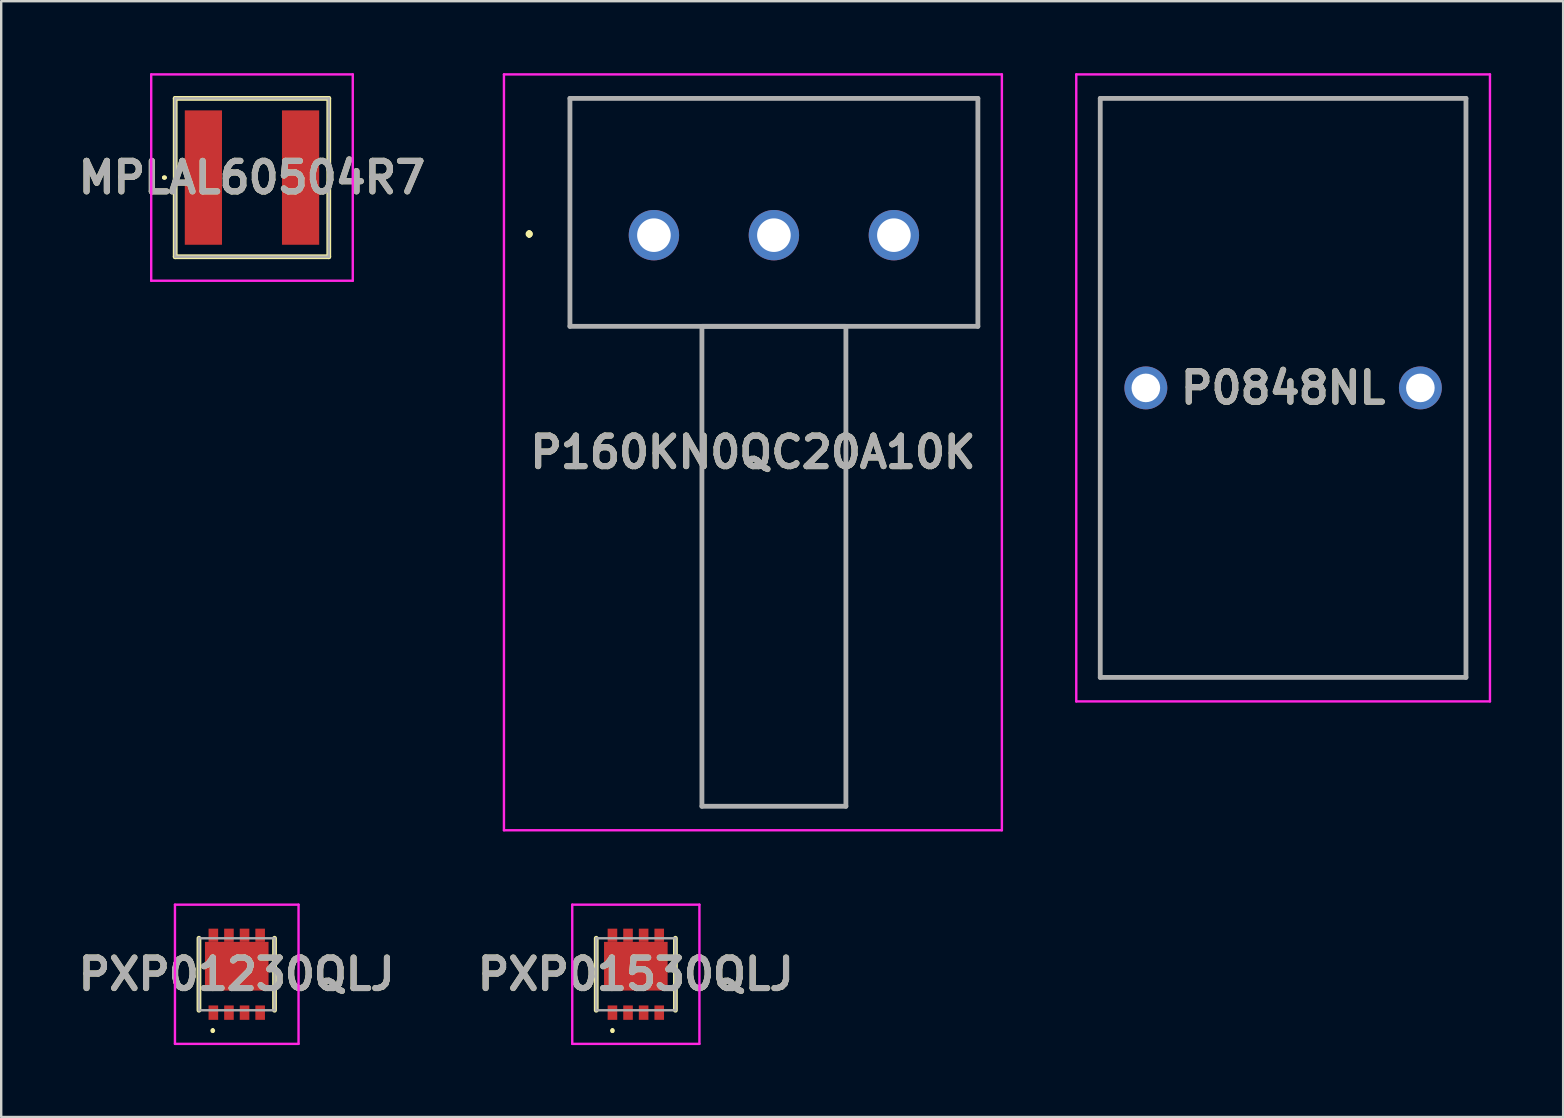
<source format=kicad_pcb>
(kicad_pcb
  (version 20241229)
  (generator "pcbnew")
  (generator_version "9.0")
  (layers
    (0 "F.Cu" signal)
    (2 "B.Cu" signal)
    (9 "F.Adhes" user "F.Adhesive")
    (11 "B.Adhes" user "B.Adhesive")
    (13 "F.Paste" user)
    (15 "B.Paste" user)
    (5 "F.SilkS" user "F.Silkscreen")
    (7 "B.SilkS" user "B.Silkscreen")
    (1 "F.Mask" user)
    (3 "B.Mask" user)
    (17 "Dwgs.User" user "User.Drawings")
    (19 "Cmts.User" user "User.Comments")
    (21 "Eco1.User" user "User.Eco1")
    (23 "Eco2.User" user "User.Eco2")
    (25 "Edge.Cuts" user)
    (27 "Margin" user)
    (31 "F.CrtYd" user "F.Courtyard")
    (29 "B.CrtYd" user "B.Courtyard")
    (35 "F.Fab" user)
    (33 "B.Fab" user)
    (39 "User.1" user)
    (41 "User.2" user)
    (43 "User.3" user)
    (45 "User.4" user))
  (footprint "PXP01230QLJ"
    (layer "F.Cu")
    (at 6.816 37.55)
    (property "Reference" "PXP01230QLJ" (at 0 0 0) (layer "F.SilkS") (effects (font (size 1.27 1.27) (thickness 0.254))))
    (attr smd)
    (fp_line (start -1.575 -1.5) (end -1.575 1.5) (stroke (width 0.2) (type solid)) (layer "F.SilkS"))
    (fp_line (start -1 2.3) (end -1 2.3) (stroke (width 0.1) (type solid)) (layer "F.SilkS"))
    (fp_line (start -1 2.4) (end -1 2.4) (stroke (width 0.1) (type solid)) (layer "F.SilkS"))
    (fp_line (start 1.575 -1.5) (end 1.575 1.5) (stroke (width 0.2) (type solid)) (layer "F.SilkS"))
    (fp_arc (start -1 2.3) (mid -0.95 2.35) (end -1 2.4) (stroke (width 0.1) (type solid)) (layer "F.SilkS"))
    (fp_arc (start -1 2.4) (mid -1.05 2.35) (end -1 2.3) (stroke (width 0.1) (type solid)) (layer "F.SilkS"))
    (fp_line (start -2.575 -2.9) (end 2.575 -2.9) (stroke (width 0.1) (type solid)) (layer "F.CrtYd"))
    (fp_line (start -2.575 2.9) (end -2.575 -2.9) (stroke (width 0.1) (type solid)) (layer "F.CrtYd"))
    (fp_line (start 2.575 -2.9) (end 2.575 2.9) (stroke (width 0.1) (type solid)) (layer "F.CrtYd"))
    (fp_line (start 2.575 2.9) (end -2.575 2.9) (stroke (width 0.1) (type solid)) (layer "F.CrtYd"))
    (fp_line (start -1.575 -1.5) (end 1.575 -1.5) (stroke (width 0.1) (type solid)) (layer "F.Fab"))
    (fp_line (start -1.575 1.5) (end -1.575 -1.5) (stroke (width 0.1) (type solid)) (layer "F.Fab"))
    (fp_line (start 1.575 -1.5) (end 1.575 1.5) (stroke (width 0.1) (type solid)) (layer "F.Fab"))
    (fp_line (start 1.575 1.5) (end -1.575 1.5) (stroke (width 0.1) (type solid)) (layer "F.Fab"))
    (fp_text user "${REFERENCE}" (at 0 0 0) (layer "F.Fab") (effects (font (size 1.27 1.27) (thickness 0.254))))
    (pad "1" smd rect (at -0.975 1.6) (size 0.4 0.6) (layers "F.Cu" "F.Mask" "F.Paste"))
    (pad "2" smd rect (at -0.325 1.6) (size 0.4 0.6) (layers "F.Cu" "F.Mask" "F.Paste"))
    (pad "3" smd rect (at 0.325 1.6) (size 0.4 0.6) (layers "F.Cu" "F.Mask" "F.Paste"))
    (pad "4" smd rect (at 0.975 1.6) (size 0.4 0.6) (layers "F.Cu" "F.Mask" "F.Paste"))
    (pad "5" smd rect (at 0.975 -1.625) (size 0.4 0.55) (layers "F.Cu" "F.Mask" "F.Paste"))
    (pad "6" smd rect (at 0.325 -1.625) (size 0.4 0.55) (layers "F.Cu" "F.Mask" "F.Paste"))
    (pad "7" smd rect (at -0.325 -1.625) (size 0.4 0.55) (layers "F.Cu" "F.Mask" "F.Paste"))
    (pad "8" smd rect (at -0.975 -1.625) (size 0.4 0.55) (layers "F.Cu" "F.Mask" "F.Paste"))
    (pad "9" smd rect (at 0 -0.335 90) (size 2.03 2.65) (layers "F.Cu" "F.Mask" "F.Paste")))
  (footprint "P160KN0QC20A10K"
    (layer "F.Cu")
    (at 24.201 6.75)
    (property "Reference" "P160KN0QC20A10K" (at 4.125 9.05 0) (layer "F.SilkS") (effects (font (size 1.27 1.27) (thickness 0.254))))
    (attr through_hole)
    (fp_line (start -5.2 -0.1) (end -5.2 -0.1) (stroke (width 0.2) (type solid)) (layer "F.SilkS"))
    (fp_line (start -5.2 0) (end -5.2 0) (stroke (width 0.2) (type solid)) (layer "F.SilkS"))
    (fp_line (start -5.2 0) (end -5.2 0) (stroke (width 0.2) (type solid)) (layer "F.SilkS"))
    (fp_line (start -3.5 -5.7) (end 13.5 -5.7) (stroke (width 0.1) (type solid)) (layer "F.SilkS"))
    (fp_line (start -3.5 3.8) (end -3.5 -5.7) (stroke (width 0.1) (type solid)) (layer "F.SilkS"))
    (fp_line (start 2 3.8) (end 8 3.8) (stroke (width 0.1) (type solid)) (layer "F.SilkS"))
    (fp_line (start 2 23.8) (end 2 3.8) (stroke (width 0.1) (type solid)) (layer "F.SilkS"))
    (fp_line (start 8 3.8) (end 8 23.8) (stroke (width 0.1) (type solid)) (layer "F.SilkS"))
    (fp_line (start 8 23.8) (end 2 23.8) (stroke (width 0.1) (type solid)) (layer "F.SilkS"))
    (fp_line (start 13.5 -5.7) (end 13.5 3.8) (stroke (width 0.1) (type solid)) (layer "F.SilkS"))
    (fp_line (start 13.5 3.8) (end -3.5 3.8) (stroke (width 0.1) (type solid)) (layer "F.SilkS"))
    (fp_arc (start -5.2 -0.1) (mid -5.15 -0.05) (end -5.2 0) (stroke (width 0.2) (type solid)) (layer "F.SilkS"))
    (fp_arc (start -5.2 -0.1) (mid -5.15 -0.05) (end -5.2 0) (stroke (width 0.2) (type solid)) (layer "F.SilkS"))
    (fp_arc (start -5.2 0) (mid -5.25 -0.05) (end -5.2 -0.1) (stroke (width 0.2) (type solid)) (layer "F.SilkS"))
    (fp_line (start -6.25 -6.7) (end 14.5 -6.7) (stroke (width 0.1) (type solid)) (layer "F.CrtYd"))
    (fp_line (start -6.25 24.8) (end -6.25 -6.7) (stroke (width 0.1) (type solid)) (layer "F.CrtYd"))
    (fp_line (start 14.5 -6.7) (end 14.5 24.8) (stroke (width 0.1) (type solid)) (layer "F.CrtYd"))
    (fp_line (start 14.5 24.8) (end -6.25 24.8) (stroke (width 0.1) (type solid)) (layer "F.CrtYd"))
    (fp_line (start -3.5 -5.7) (end -3.5 3.8) (stroke (width 0.2) (type solid)) (layer "F.Fab"))
    (fp_line (start -3.5 3.8) (end 13.5 3.8) (stroke (width 0.2) (type solid)) (layer "F.Fab"))
    (fp_line (start 2 3.8) (end 8 3.8) (stroke (width 0.2) (type solid)) (layer "F.Fab"))
    (fp_line (start 2 23.8) (end 2 3.8) (stroke (width 0.2) (type solid)) (layer "F.Fab"))
    (fp_line (start 8 3.8) (end 8 23.8) (stroke (width 0.2) (type solid)) (layer "F.Fab"))
    (fp_line (start 8 23.8) (end 2 23.8) (stroke (width 0.2) (type solid)) (layer "F.Fab"))
    (fp_line (start 13.5 -5.7) (end -3.5 -5.7) (stroke (width 0.2) (type solid)) (layer "F.Fab"))
    (fp_line (start 13.5 3.8) (end 13.5 -5.7) (stroke (width 0.2) (type solid)) (layer "F.Fab"))
    (fp_text user "${REFERENCE}" (at 4.125 9.05 0) (layer "F.Fab") (effects (font (size 1.27 1.27) (thickness 0.254))))
    (pad "1" thru_hole circle (at 0 0) (size 2.1 2.1) (drill 1.4) (layers "*.Cu" "*.Mask"))
    (pad "2" thru_hole circle (at 5 0) (size 2.1 2.1) (drill 1.4) (layers "*.Cu" "*.Mask"))
    (pad "3" thru_hole circle (at 10 0) (size 2.1 2.1) (drill 1.4) (layers "*.Cu" "*.Mask")))
  (footprint "PXP01530QLJ"
    (layer "F.Cu")
    (at 23.447 37.55)
    (property "Reference" "PXP01530QLJ" (at 0 0 0) (layer "F.SilkS") (effects (font (size 1.27 1.27) (thickness 0.254))))
    (attr smd)
    (fp_line (start -1.65 -1.5) (end -1.65 1.5) (stroke (width 0.2) (type solid)) (layer "F.SilkS"))
    (fp_line (start -0.975 2.3) (end -0.975 2.3) (stroke (width 0.1) (type solid)) (layer "F.SilkS"))
    (fp_line (start -0.975 2.4) (end -0.975 2.4) (stroke (width 0.1) (type solid)) (layer "F.SilkS"))
    (fp_line (start 1.65 -1.5) (end 1.65 1.5) (stroke (width 0.2) (type solid)) (layer "F.SilkS"))
    (fp_arc (start -0.975 2.3) (mid -0.925 2.35) (end -0.975 2.4) (stroke (width 0.1) (type solid)) (layer "F.SilkS"))
    (fp_arc (start -0.975 2.4) (mid -1.025 2.35) (end -0.975 2.3) (stroke (width 0.1) (type solid)) (layer "F.SilkS"))
    (fp_line (start -2.65 -2.9) (end 2.65 -2.9) (stroke (width 0.1) (type solid)) (layer "F.CrtYd"))
    (fp_line (start -2.65 2.9) (end -2.65 -2.9) (stroke (width 0.1) (type solid)) (layer "F.CrtYd"))
    (fp_line (start 2.65 -2.9) (end 2.65 2.9) (stroke (width 0.1) (type solid)) (layer "F.CrtYd"))
    (fp_line (start 2.65 2.9) (end -2.65 2.9) (stroke (width 0.1) (type solid)) (layer "F.CrtYd"))
    (fp_line (start -1.65 -1.5) (end 1.65 -1.5) (stroke (width 0.1) (type solid)) (layer "F.Fab"))
    (fp_line (start -1.65 1.5) (end -1.65 -1.5) (stroke (width 0.1) (type solid)) (layer "F.Fab"))
    (fp_line (start 1.65 -1.5) (end 1.65 1.5) (stroke (width 0.1) (type solid)) (layer "F.Fab"))
    (fp_line (start 1.65 1.5) (end -1.65 1.5) (stroke (width 0.1) (type solid)) (layer "F.Fab"))
    (fp_text user "${REFERENCE}" (at 0 0 0) (layer "F.Fab") (effects (font (size 1.27 1.27) (thickness 0.254))))
    (pad "1" smd rect (at -0.975 1.6) (size 0.4 0.6) (layers "F.Cu" "F.Mask" "F.Paste"))
    (pad "2" smd rect (at -0.325 1.6) (size 0.4 0.6) (layers "F.Cu" "F.Mask" "F.Paste"))
    (pad "3" smd rect (at 0.325 1.6) (size 0.4 0.6) (layers "F.Cu" "F.Mask" "F.Paste"))
    (pad "4" smd rect (at 0.975 1.6) (size 0.4 0.6) (layers "F.Cu" "F.Mask" "F.Paste"))
    (pad "5" smd rect (at 0.975 -1.625) (size 0.4 0.55) (layers "F.Cu" "F.Mask" "F.Paste"))
    (pad "6" smd rect (at 0.325 -1.625) (size 0.4 0.55) (layers "F.Cu" "F.Mask" "F.Paste"))
    (pad "7" smd rect (at -0.325 -1.625) (size 0.4 0.55) (layers "F.Cu" "F.Mask" "F.Paste"))
    (pad "8" smd rect (at -0.975 -1.625) (size 0.4 0.55) (layers "F.Cu" "F.Mask" "F.Paste"))
    (pad "9" smd rect (at 0 -0.335 90) (size 2.03 2.65) (layers "F.Cu" "F.Mask" "F.Paste")))
  (footprint "MPLAL60504R7"
    (layer "F.Cu")
    (at 7.451 4.35)
    (property "Reference" "MPLAL60504R7" (at 0 0 0) (layer "F.SilkS") (effects (font (size 1.27 1.27) (thickness 0.254))))
    (attr smd)
    (fp_line (start -3.7 0) (end -3.7 0) (stroke (width 0.1) (type solid)) (layer "F.SilkS"))
    (fp_line (start -3.6 0) (end -3.6 0) (stroke (width 0.1) (type solid)) (layer "F.SilkS"))
    (fp_line (start -3.2 -3.3) (end 3.2 -3.3) (stroke (width 0.2) (type solid)) (layer "F.SilkS"))
    (fp_line (start -3.2 3.3) (end -3.2 -3.3) (stroke (width 0.2) (type solid)) (layer "F.SilkS"))
    (fp_line (start 3.2 -3.3) (end 3.2 3.3) (stroke (width 0.2) (type solid)) (layer "F.SilkS"))
    (fp_line (start 3.2 3.3) (end -3.2 3.3) (stroke (width 0.2) (type solid)) (layer "F.SilkS"))
    (fp_arc (start -3.7 0) (mid -3.65 -0.05) (end -3.6 0) (stroke (width 0.1) (type solid)) (layer "F.SilkS"))
    (fp_arc (start -3.6 0) (mid -3.65 0.05) (end -3.7 0) (stroke (width 0.1) (type solid)) (layer "F.SilkS"))
    (fp_line (start -4.2 -4.3) (end 4.2 -4.3) (stroke (width 0.1) (type solid)) (layer "F.CrtYd"))
    (fp_line (start -4.2 4.3) (end -4.2 -4.3) (stroke (width 0.1) (type solid)) (layer "F.CrtYd"))
    (fp_line (start 4.2 -4.3) (end 4.2 4.3) (stroke (width 0.1) (type solid)) (layer "F.CrtYd"))
    (fp_line (start 4.2 4.3) (end -4.2 4.3) (stroke (width 0.1) (type solid)) (layer "F.CrtYd"))
    (fp_line (start -3.2 -3.3) (end 3.2 -3.3) (stroke (width 0.1) (type solid)) (layer "F.Fab"))
    (fp_line (start -3.2 3.3) (end -3.2 -3.3) (stroke (width 0.1) (type solid)) (layer "F.Fab"))
    (fp_line (start 3.2 -3.3) (end 3.2 3.3) (stroke (width 0.1) (type solid)) (layer "F.Fab"))
    (fp_line (start 3.2 3.3) (end -3.2 3.3) (stroke (width 0.1) (type solid)) (layer "F.Fab"))
    (fp_text user "${REFERENCE}" (at 0 0 0) (layer "F.Fab") (effects (font (size 1.27 1.27) (thickness 0.254))))
    (pad "1" smd rect (at -2.025 0) (size 1.55 5.6) (layers "F.Cu" "F.Mask" "F.Paste"))
    (pad "2" smd rect (at 2.025 0) (size 1.55 5.6) (layers "F.Cu" "F.Mask" "F.Paste")))
  (footprint "P0848NL"
    (layer "F.Cu")
    (at 44.701 13.115)
    (property "Reference" "P0848NL" (at 5.72 0 0) (layer "F.SilkS") (effects (font (size 1.27 1.27) (thickness 0.254))))
    (attr through_hole)
    (fp_line (start -1.9 -12.065) (end 13.34 -12.065) (stroke (width 0.1) (type solid)) (layer "F.SilkS"))
    (fp_line (start -1.9 12.065) (end -1.9 -12.065) (stroke (width 0.1) (type solid)) (layer "F.SilkS"))
    (fp_line (start 13.34 -12.065) (end 13.34 12.065) (stroke (width 0.1) (type solid)) (layer "F.SilkS"))
    (fp_line (start 13.34 12.065) (end -1.9 12.065) (stroke (width 0.1) (type solid)) (layer "F.SilkS"))
    (fp_line (start -2.9 -13.065) (end 14.34 -13.065) (stroke (width 0.1) (type solid)) (layer "F.CrtYd"))
    (fp_line (start -2.9 13.065) (end -2.9 -13.065) (stroke (width 0.1) (type solid)) (layer "F.CrtYd"))
    (fp_line (start 14.34 -13.065) (end 14.34 13.065) (stroke (width 0.1) (type solid)) (layer "F.CrtYd"))
    (fp_line (start 14.34 13.065) (end -2.9 13.065) (stroke (width 0.1) (type solid)) (layer "F.CrtYd"))
    (fp_line (start -1.9 -12.065) (end 13.34 -12.065) (stroke (width 0.2) (type solid)) (layer "F.Fab"))
    (fp_line (start -1.9 12.065) (end -1.9 -12.065) (stroke (width 0.2) (type solid)) (layer "F.Fab"))
    (fp_line (start 13.34 -12.065) (end 13.34 12.065) (stroke (width 0.2) (type solid)) (layer "F.Fab"))
    (fp_line (start 13.34 12.065) (end -1.9 12.065) (stroke (width 0.2) (type solid)) (layer "F.Fab"))
    (fp_text user "${REFERENCE}" (at 5.72 0 0) (layer "F.Fab") (effects (font (size 1.27 1.27) (thickness 0.254))))
    (pad "1" thru_hole circle (at 0 0) (size 1.787 1.787) (drill 1.191) (layers "*.Cu" "*.Mask"))
    (pad "2" thru_hole circle (at 11.44 0) (size 1.787 1.787) (drill 1.191) (layers "*.Cu" "*.Mask")))
  (gr_rect
    (start -3 -3)
    (end 62.091 43.5)
    (stroke (width 0.1) (type default))
    (fill no)
    (layer "Edge.Cuts")))
</source>
